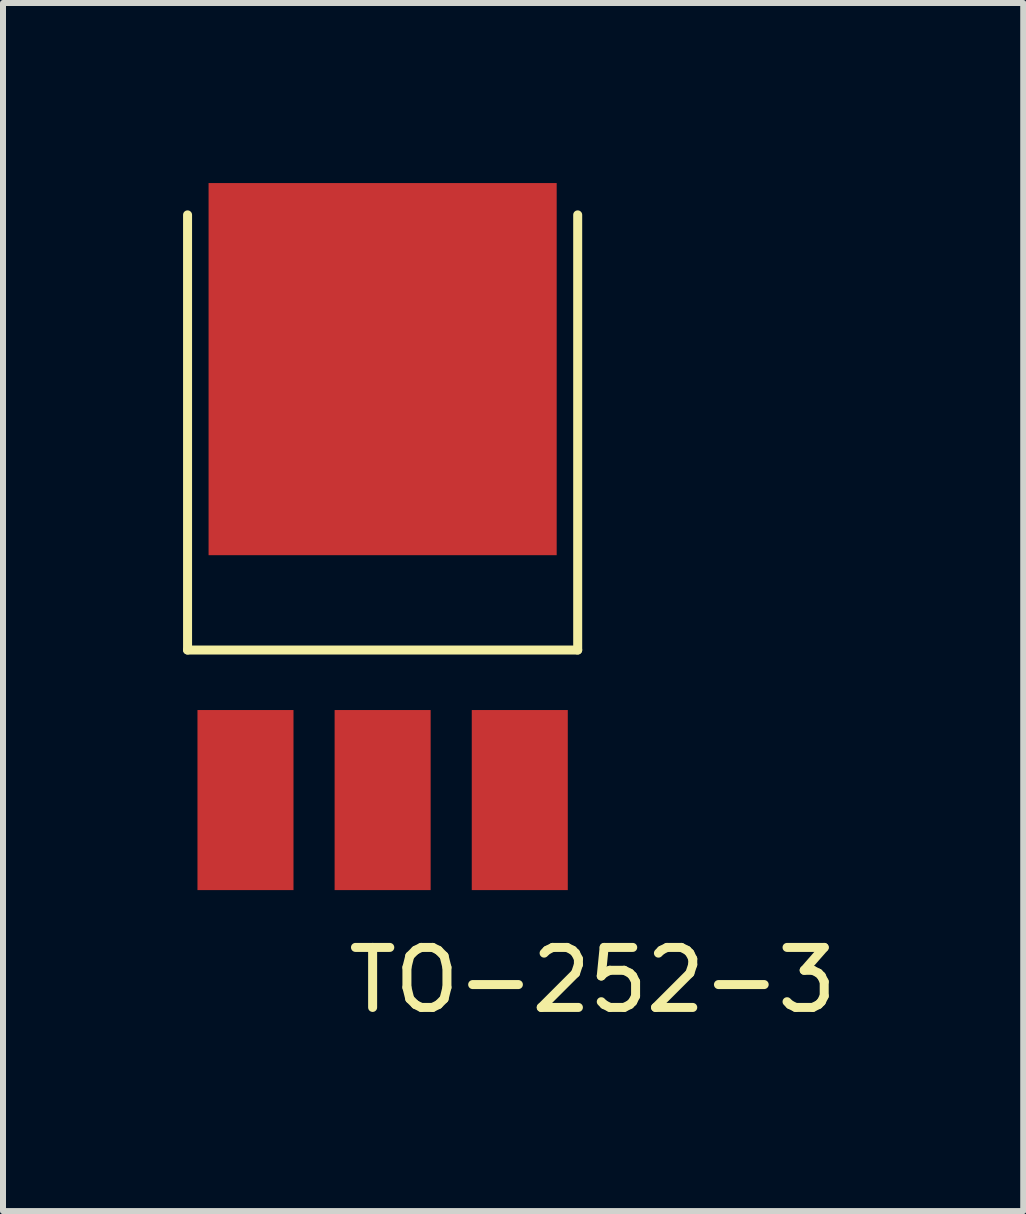
<source format=kicad_pcb>
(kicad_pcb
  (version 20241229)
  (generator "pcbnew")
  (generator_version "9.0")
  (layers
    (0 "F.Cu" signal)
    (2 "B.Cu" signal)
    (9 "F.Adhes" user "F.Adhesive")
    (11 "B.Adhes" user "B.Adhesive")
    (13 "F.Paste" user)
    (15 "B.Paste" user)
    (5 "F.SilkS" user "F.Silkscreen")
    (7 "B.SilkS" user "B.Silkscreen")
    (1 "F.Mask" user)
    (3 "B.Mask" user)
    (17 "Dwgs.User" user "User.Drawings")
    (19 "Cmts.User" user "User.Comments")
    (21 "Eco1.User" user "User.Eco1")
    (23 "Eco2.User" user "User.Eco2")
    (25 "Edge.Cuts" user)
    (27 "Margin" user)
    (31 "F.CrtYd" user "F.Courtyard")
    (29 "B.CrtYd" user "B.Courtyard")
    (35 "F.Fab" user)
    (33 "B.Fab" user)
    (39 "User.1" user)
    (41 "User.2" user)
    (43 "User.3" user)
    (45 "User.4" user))
  (footprint "TO-252-3"
    (layer "F.Cu")
    (at 3.325 8.78)
    (property "Reference" "TO-252-3" (at 3.5 4.5 0) (layer "F.SilkS") (effects (font (size 1 1) (thickness 0.15))))
    (attr through_hole)
    (fp_line (start -3.25 -1) (end -3.25 -8.25) (stroke (width 0.15) (type solid)) (layer "F.SilkS"))
    (fp_line (start 3.25 -8.25) (end 3.25 -1) (stroke (width 0.15) (type solid)) (layer "F.SilkS"))
    (fp_line (start 3.25 -1) (end -3.25 -1) (stroke (width 0.15) (type solid)) (layer "F.SilkS"))
    (pad "1" smd rect (at -2.285 1.5) (size 1.6 3) (layers "F.Cu" "F.Mask" "F.Paste"))
    (pad "2" smd rect (at 0 -5.68) (size 5.8 6.2) (layers "F.Cu" "F.Mask" "F.Paste"))
    (pad "2" smd rect (at 0 1.5) (size 1.6 3) (layers "F.Cu" "F.Mask" "F.Paste"))
    (pad "3" smd rect (at 2.285 1.5) (size 1.6 3) (layers "F.Cu" "F.Mask" "F.Paste")))
  (gr_rect
    (start -3 -3)
    (end 13.998 17.128)
    (stroke (width 0.1) (type default))
    (fill no)
    (layer "Edge.Cuts")))
</source>
